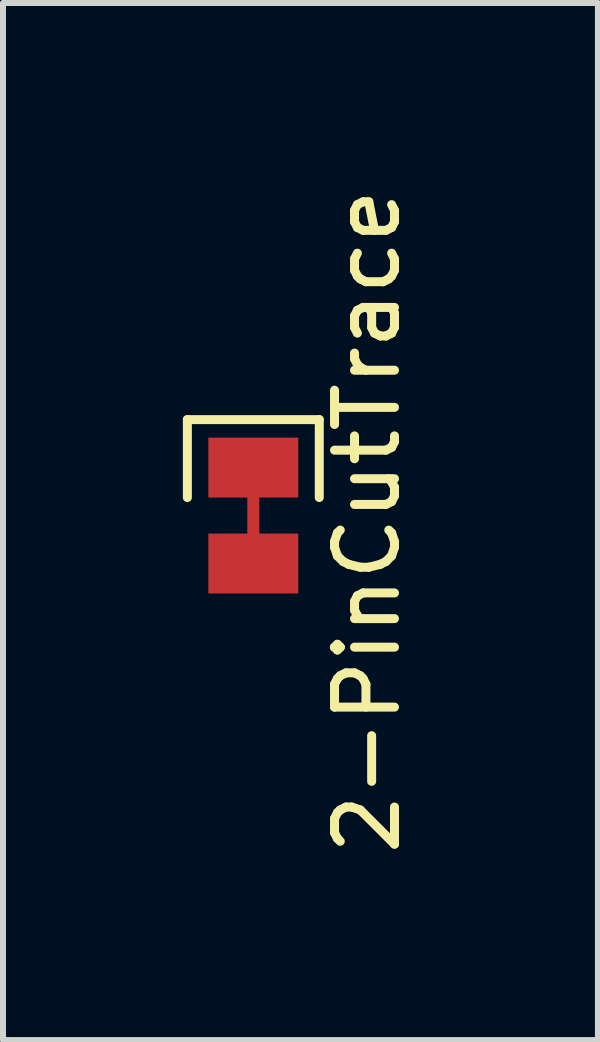
<source format=kicad_pcb>
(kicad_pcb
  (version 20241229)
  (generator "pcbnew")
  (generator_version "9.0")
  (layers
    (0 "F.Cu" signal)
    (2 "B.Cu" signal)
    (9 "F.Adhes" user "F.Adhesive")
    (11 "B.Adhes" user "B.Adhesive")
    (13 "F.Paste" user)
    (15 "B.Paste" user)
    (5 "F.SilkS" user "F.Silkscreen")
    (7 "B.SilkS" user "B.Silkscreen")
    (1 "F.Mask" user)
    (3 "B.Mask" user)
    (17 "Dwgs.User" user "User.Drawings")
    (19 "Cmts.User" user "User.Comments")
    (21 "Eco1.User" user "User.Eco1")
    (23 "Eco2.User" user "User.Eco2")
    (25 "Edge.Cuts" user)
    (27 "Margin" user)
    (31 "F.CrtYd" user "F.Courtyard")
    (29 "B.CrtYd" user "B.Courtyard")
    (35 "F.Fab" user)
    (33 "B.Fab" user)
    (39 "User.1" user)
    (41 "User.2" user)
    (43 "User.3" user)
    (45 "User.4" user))
  (footprint "2-PinCutTrace"
    (layer "F.Cu")
    (at 1.175 5.849)
    (property "Reference" "2-PinCutTrace" (at 1.9 -0.2 90) (layer "F.SilkS") (effects (font (size 1 1) (thickness 0.15))))
    (attr smd)
    (fp_line (start -1.1 -1.9) (end -1.1 -0.6) (stroke (width 0.15) (type solid)) (layer "F.SilkS"))
    (fp_line (start -1.1 -1.9) (end 1.1 -1.9) (stroke (width 0.15) (type solid)) (layer "F.SilkS"))
    (fp_line (start 1.1 -1.9) (end 1.1 -0.6) (stroke (width 0.15) (type solid)) (layer "F.SilkS"))
    (pad "" smd rect (at 0 -0.3) (size 0.2 0.7) (layers "F.Cu" "F.Mask" "F.Paste"))
    (pad "1" smd rect (at 0 -1.1) (size 1.5 1) (layers "F.Cu" "F.Mask" "F.Paste"))
    (pad "2" smd rect (at 0 0.5) (size 1.5 1) (layers "F.Cu" "F.Mask" "F.Paste")))
  (gr_rect
    (start -3 -3)
    (end 6.923 14.298)
    (stroke (width 0.1) (type default))
    (fill no)
    (layer "Edge.Cuts")))
</source>
